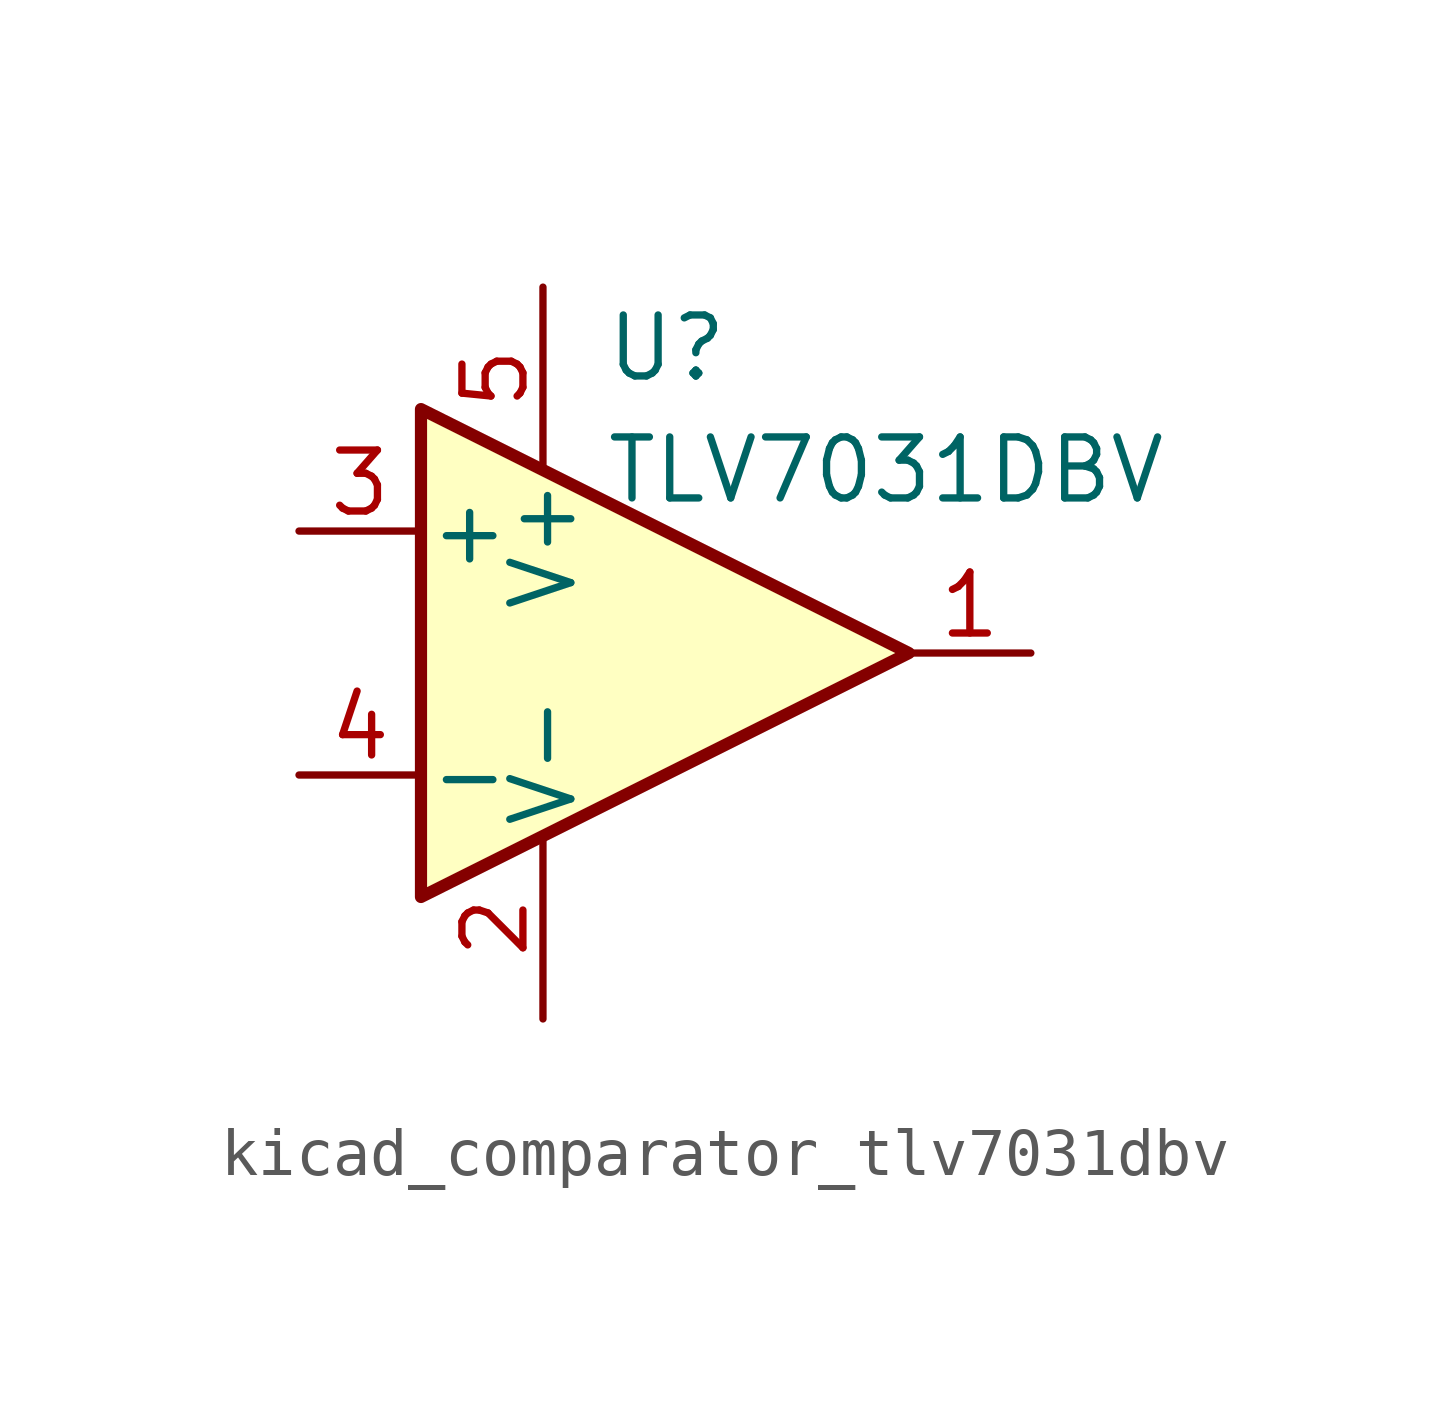
<source format=kicad_sym>
(kicad_symbol_lib
  (version 20220914)
  (generator kicad_symbol_editor)
  (symbol "kicad_comparator_tlv7031dbv"
    (pin_names
      (offset 0.127))
    (property "Reference" "U"
      (at -1.27 6.35 0)
      (effects (font (size 1.27 1.27)) (justify left)))
    (property "Value" "TLV7031DBV"
      (at -1.27 3.81 0)
      (effects (font (size 1.27 1.27)) (justify left)))
    (symbol "kicad_comparator_tlv7031dbv_0_1"
      (polyline (pts (xy -5.08 5.08) (xy 5.08 0) (xy -5.08 -5.08) (xy -5.08 5.08)) (stroke (width 0.254) (type default)) (fill (type background)))
      (pin power_in line (at -2.54 -7.62 90) (length 3.81) (name "V-" (effects (font (size 1.27 1.27)))) (number "2" (effects (font (size 1.27 1.27)))))
      (pin power_in line (at -2.54 7.62 270) (length 3.81) (name "V+" (effects (font (size 1.27 1.27)))) (number "5" (effects (font (size 1.27 1.27))))))
    (symbol "kicad_comparator_tlv7031dbv_1_1"
      (pin output line (at 7.62 0 180) (length 2.54) (name "~" (effects (font (size 1.27 1.27)))) (number "1" (effects (font (size 1.27 1.27)))))
      (pin input line (at -7.62 2.54 0) (length 2.54) (name "+" (effects (font (size 1.27 1.27)))) (number "3" (effects (font (size 1.27 1.27)))))
      (pin input line (at -7.62 -2.54 0) (length 2.54) (name "-" (effects (font (size 1.27 1.27)))) (number "4" (effects (font (size 1.27 1.27))))))))
</source>
